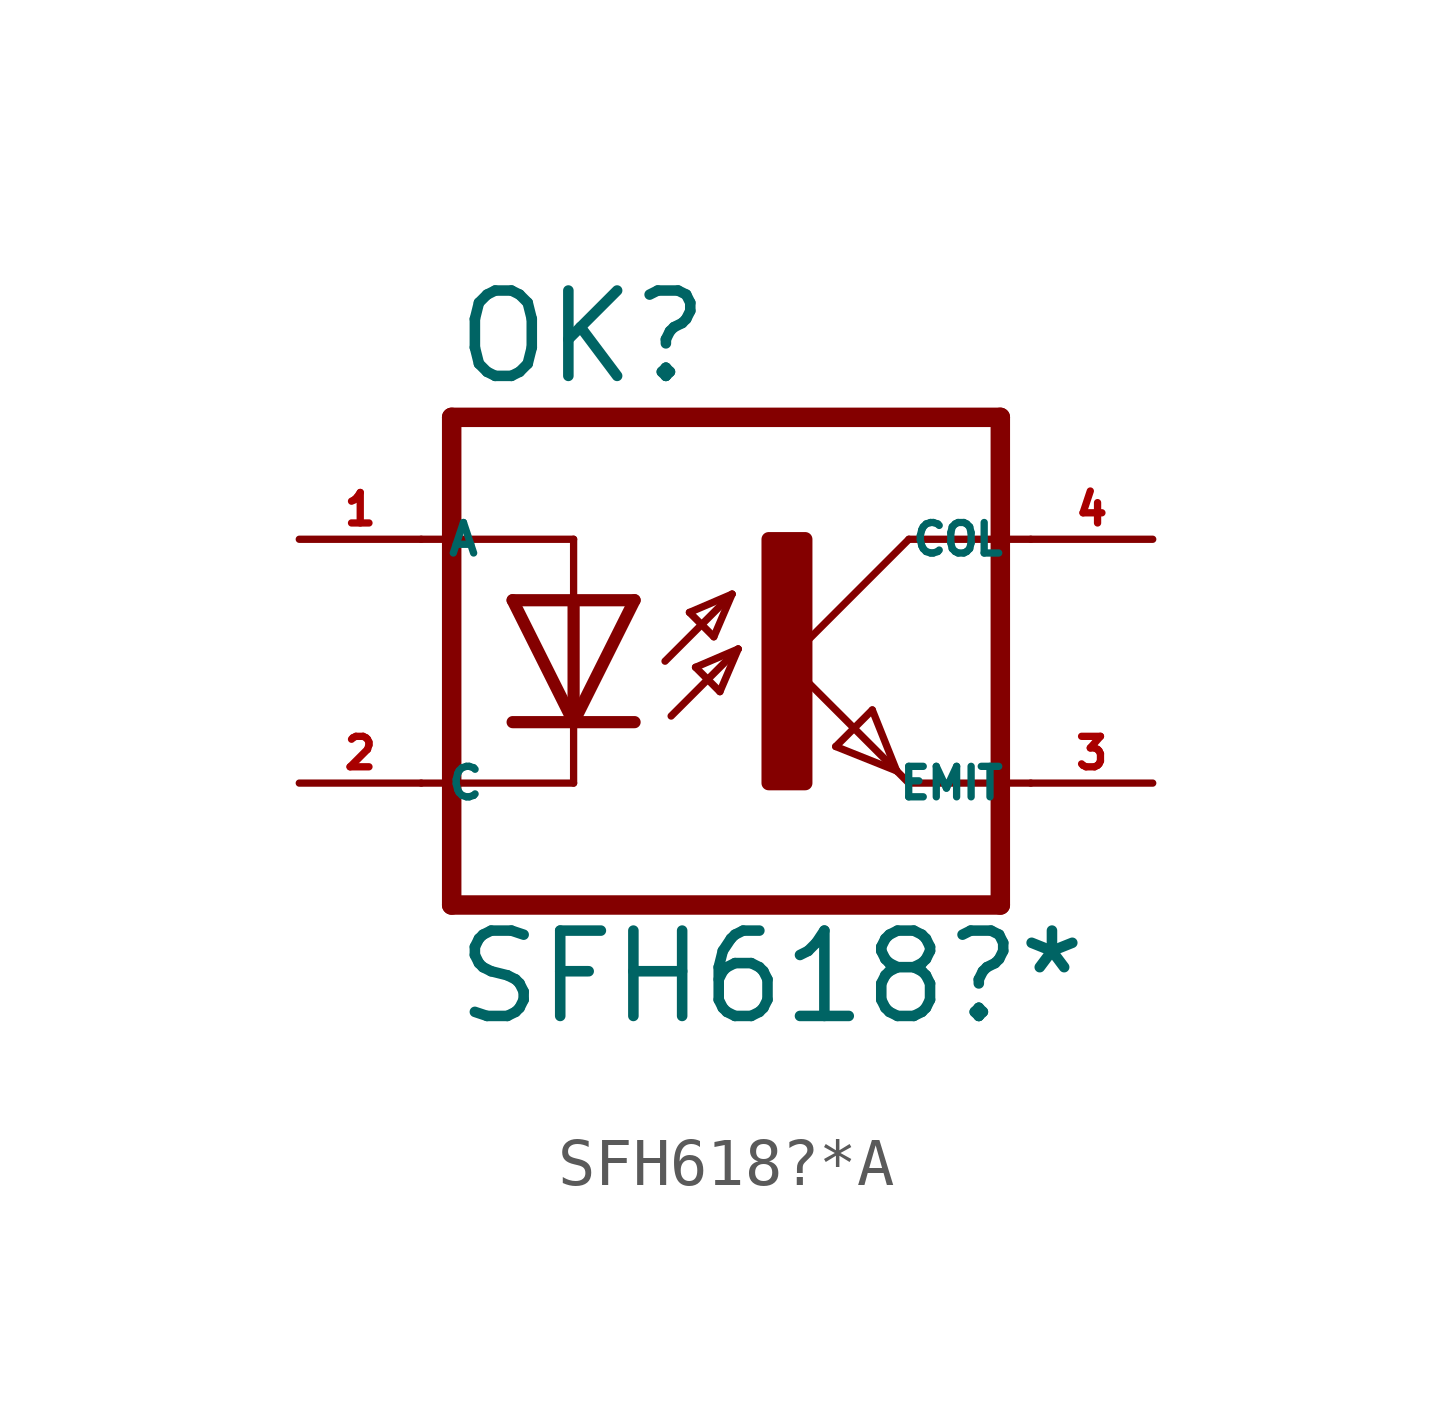
<source format=kicad_sym>
(kicad_symbol_lib
  (version 20220914)
  (generator kicad_symbol_editor)
  (symbol "SFH618?*A"
    (property "Reference" "OK"
      (at -6.985 5.715 0)
      (effects (font (size 1.778 1.778) (thickness 0.22)) (justify left bottom)))
    (property "Value" "SFH618?*"
      (at -6.985 -7.62 0)
      (effects (font (size 1.778 1.778) (thickness 0.22)) (justify left bottom)))
    (symbol "SFH618?*A_1_1"
      (rectangle (start -0.381 -2.54) (end 0.381 2.54) (stroke (width 0.3) (type default)) (fill (type outline)))
      (polyline (pts (xy -6.985 -5.08) (xy 4.445 -5.08)) (stroke (width 0.406) (type default)) (fill (type none)))
      (polyline (pts (xy -6.985 5.08) (xy -6.985 -5.08)) (stroke (width 0.406) (type default)) (fill (type none)))
      (polyline (pts (xy -6.985 5.08) (xy 4.445 5.08)) (stroke (width 0.406) (type default)) (fill (type none)))
      (polyline (pts (xy -4.445 -2.54) (xy -7.62 -2.54)) (stroke (width 0.152) (type default)) (fill (type none)))
      (polyline (pts (xy -4.445 -1.27) (xy -5.715 -1.27)) (stroke (width 0.254) (type default)) (fill (type none)))
      (polyline (pts (xy -4.445 -1.27) (xy -5.715 1.27)) (stroke (width 0.254) (type default)) (fill (type none)))
      (polyline (pts (xy -4.445 -1.27) (xy -4.445 -2.54)) (stroke (width 0.152) (type default)) (fill (type none)))
      (polyline (pts (xy -4.445 1.27) (xy -5.715 1.27)) (stroke (width 0.254) (type default)) (fill (type none)))
      (polyline (pts (xy -4.445 1.27) (xy -4.445 -1.27)) (stroke (width 0.254) (type default)) (fill (type none)))
      (polyline (pts (xy -4.445 2.54) (xy -7.62 2.54)) (stroke (width 0.152) (type default)) (fill (type none)))
      (polyline (pts (xy -4.445 2.54) (xy -4.445 1.27)) (stroke (width 0.152) (type default)) (fill (type none)))
      (polyline (pts (xy -3.175 -1.27) (xy -4.445 -1.27)) (stroke (width 0.254) (type default)) (fill (type none)))
      (polyline (pts (xy -3.175 1.27) (xy -4.445 -1.27)) (stroke (width 0.254) (type default)) (fill (type none)))
      (polyline (pts (xy -3.175 1.27) (xy -4.445 1.27)) (stroke (width 0.254) (type default)) (fill (type none)))
      (polyline (pts (xy -2.54 0) (xy -1.143 1.397)) (stroke (width 0.152) (type default)) (fill (type none)))
      (polyline (pts (xy -2.413 -1.143) (xy -1.016 0.254)) (stroke (width 0.152) (type default)) (fill (type none)))
      (polyline (pts (xy -2.032 1.016) (xy -1.524 0.508)) (stroke (width 0.152) (type default)) (fill (type none)))
      (polyline (pts (xy -1.905 -0.127) (xy -1.397 -0.635)) (stroke (width 0.152) (type default)) (fill (type none)))
      (polyline (pts (xy -1.524 0.508) (xy -1.143 1.397)) (stroke (width 0.152) (type default)) (fill (type none)))
      (polyline (pts (xy -1.397 -0.635) (xy -1.016 0.254)) (stroke (width 0.152) (type default)) (fill (type none)))
      (polyline (pts (xy -1.143 1.397) (xy -2.032 1.016)) (stroke (width 0.152) (type default)) (fill (type none)))
      (polyline (pts (xy -1.016 0.254) (xy -1.905 -0.127)) (stroke (width 0.152) (type default)) (fill (type none)))
      (polyline (pts (xy 0 0) (xy 2.286 -2.286)) (stroke (width 0.152) (type default)) (fill (type none)))
      (polyline (pts (xy 1.016 -1.778) (xy 1.778 -1.016)) (stroke (width 0.152) (type default)) (fill (type none)))
      (polyline (pts (xy 1.778 -1.016) (xy 2.286 -2.286)) (stroke (width 0.152) (type default)) (fill (type none)))
      (polyline (pts (xy 2.286 -2.286) (xy 1.016 -1.778)) (stroke (width 0.152) (type default)) (fill (type none)))
      (polyline (pts (xy 2.286 -2.286) (xy 2.54 -2.54)) (stroke (width 0.152) (type default)) (fill (type none)))
      (polyline (pts (xy 2.54 -2.54) (xy 5.08 -2.54)) (stroke (width 0.152) (type default)) (fill (type none)))
      (polyline (pts (xy 2.54 2.54) (xy 0 0)) (stroke (width 0.152) (type default)) (fill (type none)))
      (polyline (pts (xy 2.54 2.54) (xy 5.08 2.54)) (stroke (width 0.152) (type default)) (fill (type none)))
      (polyline (pts (xy 4.445 5.08) (xy 4.445 -5.08)) (stroke (width 0.406) (type default)) (fill (type none)))
      (pin passive line (at -10.16 2.54 0) (length 2.54) (name "A" (effects (font (size 0.635 0.635)))) (number "1" (effects (font (size 0.635 0.635)))))
      (pin passive line (at -10.16 -2.54 0) (length 2.54) (name "C" (effects (font (size 0.635 0.635)))) (number "2" (effects (font (size 0.635 0.635)))))
      (pin passive line (at 7.62 -2.54 180) (length 2.54) (name "EMIT" (effects (font (size 0.635 0.635)))) (number "3" (effects (font (size 0.635 0.635)))))
      (pin passive line (at 7.62 2.54 180) (length 2.54) (name "COL" (effects (font (size 0.635 0.635)))) (number "4" (effects (font (size 0.635 0.635))))))))
</source>
